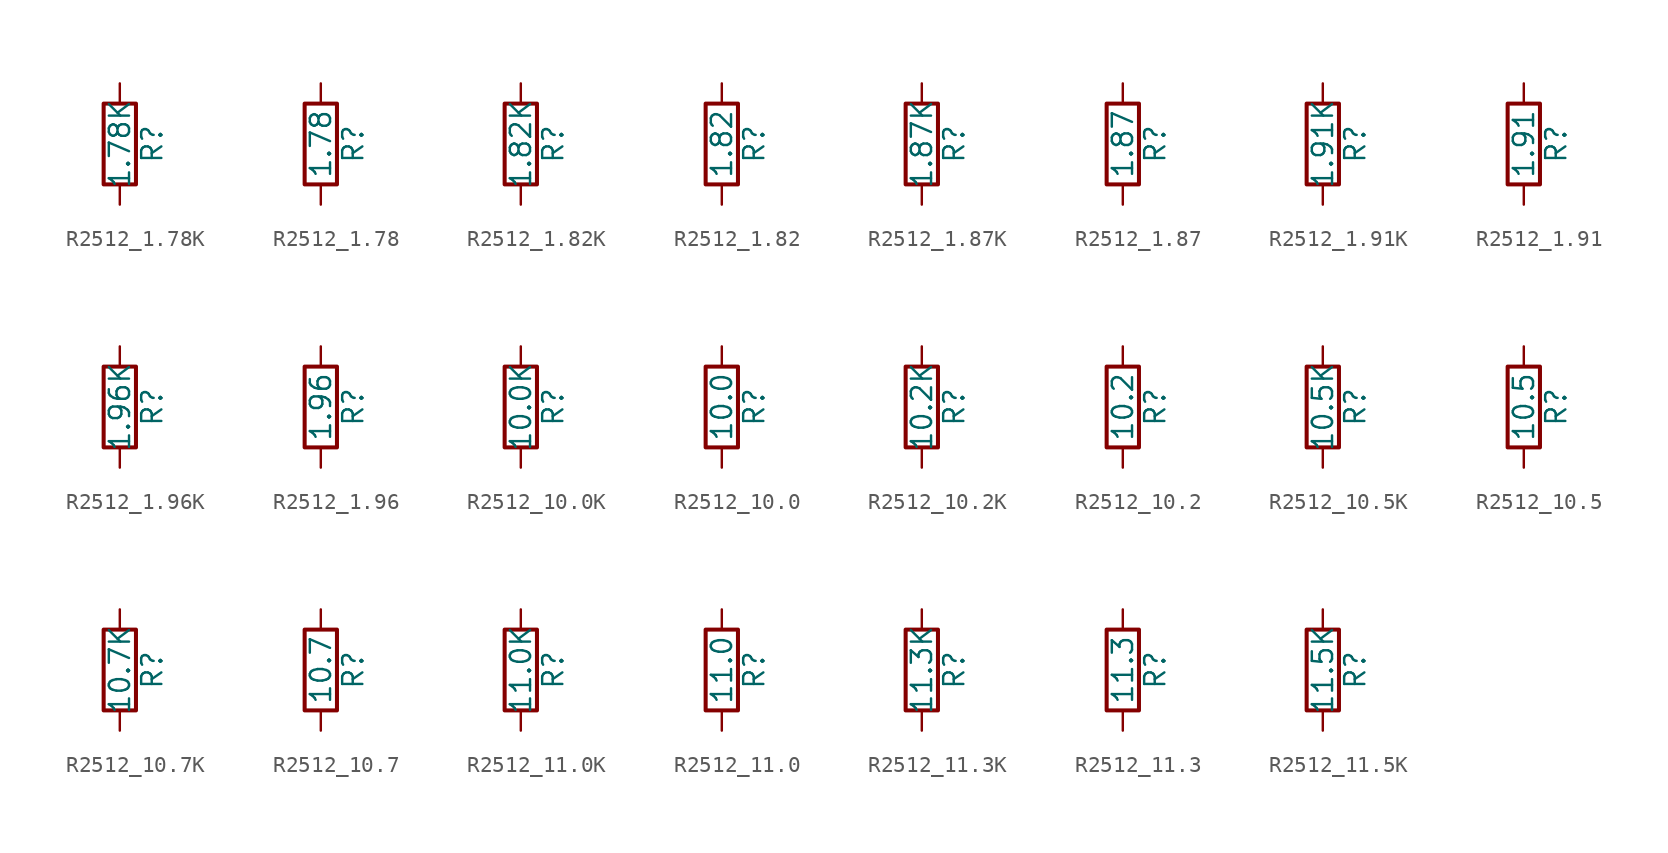
<source format=kicad_sym>
(kicad_symbol_lib
  (version 20211014)
  (generator atlantix-eda)
  (symbol "R2512_1.78K"
    (pin_numbers hide)
    (pin_names
      (offset 0))
    (property "Reference" "R"
      (at 2.032 0 90)
      (effects (font (size 1.27 1.27))))
    (property "Value" "1.78K"
      (at 0 0 90)
      (effects (font (size 1.27 1.27))))
    (symbol "R2512_1.78K_0_1"
      (rectangle (start -1.016 -2.54) (end 1.016 2.54) (stroke (width 0.254) (type default) (color 0 0 0 0)) (fill (type none))))
    (symbol "R2512_1.78K_1_1"
      (pin passive line (at 0 3.81 270) (length 1.27) (name "~" (effects (font (size 1.27 1.27)))) (number "1" (effects (font (size 1.27 1.27)))))
      (pin passive line (at 0 -3.81 90) (length 1.27) (name "~" (effects (font (size 1.27 1.27)))) (number "2" (effects (font (size 1.27 1.27)))))))
  (symbol "R2512_1.78"
    (pin_numbers hide)
    (pin_names
      (offset 0))
    (property "Reference" "R"
      (at 2.032 0 90)
      (effects (font (size 1.27 1.27))))
    (property "Value" "1.78"
      (at 0 0 90)
      (effects (font (size 1.27 1.27))))
    (symbol "R2512_1.78_0_1"
      (rectangle (start -1.016 -2.54) (end 1.016 2.54) (stroke (width 0.254) (type default) (color 0 0 0 0)) (fill (type none))))
    (symbol "R2512_1.78_1_1"
      (pin passive line (at 0 3.81 270) (length 1.27) (name "~" (effects (font (size 1.27 1.27)))) (number "1" (effects (font (size 1.27 1.27)))))
      (pin passive line (at 0 -3.81 90) (length 1.27) (name "~" (effects (font (size 1.27 1.27)))) (number "2" (effects (font (size 1.27 1.27)))))))
  (symbol "R2512_1.82K"
    (pin_numbers hide)
    (pin_names
      (offset 0))
    (property "Reference" "R"
      (at 2.032 0 90)
      (effects (font (size 1.27 1.27))))
    (property "Value" "1.82K"
      (at 0 0 90)
      (effects (font (size 1.27 1.27))))
    (symbol "R2512_1.82K_0_1"
      (rectangle (start -1.016 -2.54) (end 1.016 2.54) (stroke (width 0.254) (type default) (color 0 0 0 0)) (fill (type none))))
    (symbol "R2512_1.82K_1_1"
      (pin passive line (at 0 3.81 270) (length 1.27) (name "~" (effects (font (size 1.27 1.27)))) (number "1" (effects (font (size 1.27 1.27)))))
      (pin passive line (at 0 -3.81 90) (length 1.27) (name "~" (effects (font (size 1.27 1.27)))) (number "2" (effects (font (size 1.27 1.27)))))))
  (symbol "R2512_1.82"
    (pin_numbers hide)
    (pin_names
      (offset 0))
    (property "Reference" "R"
      (at 2.032 0 90)
      (effects (font (size 1.27 1.27))))
    (property "Value" "1.82"
      (at 0 0 90)
      (effects (font (size 1.27 1.27))))
    (symbol "R2512_1.82_0_1"
      (rectangle (start -1.016 -2.54) (end 1.016 2.54) (stroke (width 0.254) (type default) (color 0 0 0 0)) (fill (type none))))
    (symbol "R2512_1.82_1_1"
      (pin passive line (at 0 3.81 270) (length 1.27) (name "~" (effects (font (size 1.27 1.27)))) (number "1" (effects (font (size 1.27 1.27)))))
      (pin passive line (at 0 -3.81 90) (length 1.27) (name "~" (effects (font (size 1.27 1.27)))) (number "2" (effects (font (size 1.27 1.27)))))))
  (symbol "R2512_1.87K"
    (pin_numbers hide)
    (pin_names
      (offset 0))
    (property "Reference" "R"
      (at 2.032 0 90)
      (effects (font (size 1.27 1.27))))
    (property "Value" "1.87K"
      (at 0 0 90)
      (effects (font (size 1.27 1.27))))
    (symbol "R2512_1.87K_0_1"
      (rectangle (start -1.016 -2.54) (end 1.016 2.54) (stroke (width 0.254) (type default) (color 0 0 0 0)) (fill (type none))))
    (symbol "R2512_1.87K_1_1"
      (pin passive line (at 0 3.81 270) (length 1.27) (name "~" (effects (font (size 1.27 1.27)))) (number "1" (effects (font (size 1.27 1.27)))))
      (pin passive line (at 0 -3.81 90) (length 1.27) (name "~" (effects (font (size 1.27 1.27)))) (number "2" (effects (font (size 1.27 1.27)))))))
  (symbol "R2512_1.87"
    (pin_numbers hide)
    (pin_names
      (offset 0))
    (property "Reference" "R"
      (at 2.032 0 90)
      (effects (font (size 1.27 1.27))))
    (property "Value" "1.87"
      (at 0 0 90)
      (effects (font (size 1.27 1.27))))
    (symbol "R2512_1.87_0_1"
      (rectangle (start -1.016 -2.54) (end 1.016 2.54) (stroke (width 0.254) (type default) (color 0 0 0 0)) (fill (type none))))
    (symbol "R2512_1.87_1_1"
      (pin passive line (at 0 3.81 270) (length 1.27) (name "~" (effects (font (size 1.27 1.27)))) (number "1" (effects (font (size 1.27 1.27)))))
      (pin passive line (at 0 -3.81 90) (length 1.27) (name "~" (effects (font (size 1.27 1.27)))) (number "2" (effects (font (size 1.27 1.27)))))))
  (symbol "R2512_1.91K"
    (pin_numbers hide)
    (pin_names
      (offset 0))
    (property "Reference" "R"
      (at 2.032 0 90)
      (effects (font (size 1.27 1.27))))
    (property "Value" "1.91K"
      (at 0 0 90)
      (effects (font (size 1.27 1.27))))
    (symbol "R2512_1.91K_0_1"
      (rectangle (start -1.016 -2.54) (end 1.016 2.54) (stroke (width 0.254) (type default) (color 0 0 0 0)) (fill (type none))))
    (symbol "R2512_1.91K_1_1"
      (pin passive line (at 0 3.81 270) (length 1.27) (name "~" (effects (font (size 1.27 1.27)))) (number "1" (effects (font (size 1.27 1.27)))))
      (pin passive line (at 0 -3.81 90) (length 1.27) (name "~" (effects (font (size 1.27 1.27)))) (number "2" (effects (font (size 1.27 1.27)))))))
  (symbol "R2512_1.91"
    (pin_numbers hide)
    (pin_names
      (offset 0))
    (property "Reference" "R"
      (at 2.032 0 90)
      (effects (font (size 1.27 1.27))))
    (property "Value" "1.91"
      (at 0 0 90)
      (effects (font (size 1.27 1.27))))
    (symbol "R2512_1.91_0_1"
      (rectangle (start -1.016 -2.54) (end 1.016 2.54) (stroke (width 0.254) (type default) (color 0 0 0 0)) (fill (type none))))
    (symbol "R2512_1.91_1_1"
      (pin passive line (at 0 3.81 270) (length 1.27) (name "~" (effects (font (size 1.27 1.27)))) (number "1" (effects (font (size 1.27 1.27)))))
      (pin passive line (at 0 -3.81 90) (length 1.27) (name "~" (effects (font (size 1.27 1.27)))) (number "2" (effects (font (size 1.27 1.27)))))))
  (symbol "R2512_1.96K"
    (pin_numbers hide)
    (pin_names
      (offset 0))
    (property "Reference" "R"
      (at 2.032 0 90)
      (effects (font (size 1.27 1.27))))
    (property "Value" "1.96K"
      (at 0 0 90)
      (effects (font (size 1.27 1.27))))
    (symbol "R2512_1.96K_0_1"
      (rectangle (start -1.016 -2.54) (end 1.016 2.54) (stroke (width 0.254) (type default) (color 0 0 0 0)) (fill (type none))))
    (symbol "R2512_1.96K_1_1"
      (pin passive line (at 0 3.81 270) (length 1.27) (name "~" (effects (font (size 1.27 1.27)))) (number "1" (effects (font (size 1.27 1.27)))))
      (pin passive line (at 0 -3.81 90) (length 1.27) (name "~" (effects (font (size 1.27 1.27)))) (number "2" (effects (font (size 1.27 1.27)))))))
  (symbol "R2512_1.96"
    (pin_numbers hide)
    (pin_names
      (offset 0))
    (property "Reference" "R"
      (at 2.032 0 90)
      (effects (font (size 1.27 1.27))))
    (property "Value" "1.96"
      (at 0 0 90)
      (effects (font (size 1.27 1.27))))
    (symbol "R2512_1.96_0_1"
      (rectangle (start -1.016 -2.54) (end 1.016 2.54) (stroke (width 0.254) (type default) (color 0 0 0 0)) (fill (type none))))
    (symbol "R2512_1.96_1_1"
      (pin passive line (at 0 3.81 270) (length 1.27) (name "~" (effects (font (size 1.27 1.27)))) (number "1" (effects (font (size 1.27 1.27)))))
      (pin passive line (at 0 -3.81 90) (length 1.27) (name "~" (effects (font (size 1.27 1.27)))) (number "2" (effects (font (size 1.27 1.27)))))))
  (symbol "R2512_10.0K"
    (pin_numbers hide)
    (pin_names
      (offset 0))
    (property "Reference" "R"
      (at 2.032 0 90)
      (effects (font (size 1.27 1.27))))
    (property "Value" "10.0K"
      (at 0 0 90)
      (effects (font (size 1.27 1.27))))
    (symbol "R2512_10.0K_0_1"
      (rectangle (start -1.016 -2.54) (end 1.016 2.54) (stroke (width 0.254) (type default) (color 0 0 0 0)) (fill (type none))))
    (symbol "R2512_10.0K_1_1"
      (pin passive line (at 0 3.81 270) (length 1.27) (name "~" (effects (font (size 1.27 1.27)))) (number "1" (effects (font (size 1.27 1.27)))))
      (pin passive line (at 0 -3.81 90) (length 1.27) (name "~" (effects (font (size 1.27 1.27)))) (number "2" (effects (font (size 1.27 1.27)))))))
  (symbol "R2512_10.0"
    (pin_numbers hide)
    (pin_names
      (offset 0))
    (property "Reference" "R"
      (at 2.032 0 90)
      (effects (font (size 1.27 1.27))))
    (property "Value" "10.0"
      (at 0 0 90)
      (effects (font (size 1.27 1.27))))
    (symbol "R2512_10.0_0_1"
      (rectangle (start -1.016 -2.54) (end 1.016 2.54) (stroke (width 0.254) (type default) (color 0 0 0 0)) (fill (type none))))
    (symbol "R2512_10.0_1_1"
      (pin passive line (at 0 3.81 270) (length 1.27) (name "~" (effects (font (size 1.27 1.27)))) (number "1" (effects (font (size 1.27 1.27)))))
      (pin passive line (at 0 -3.81 90) (length 1.27) (name "~" (effects (font (size 1.27 1.27)))) (number "2" (effects (font (size 1.27 1.27)))))))
  (symbol "R2512_10.2K"
    (pin_numbers hide)
    (pin_names
      (offset 0))
    (property "Reference" "R"
      (at 2.032 0 90)
      (effects (font (size 1.27 1.27))))
    (property "Value" "10.2K"
      (at 0 0 90)
      (effects (font (size 1.27 1.27))))
    (symbol "R2512_10.2K_0_1"
      (rectangle (start -1.016 -2.54) (end 1.016 2.54) (stroke (width 0.254) (type default) (color 0 0 0 0)) (fill (type none))))
    (symbol "R2512_10.2K_1_1"
      (pin passive line (at 0 3.81 270) (length 1.27) (name "~" (effects (font (size 1.27 1.27)))) (number "1" (effects (font (size 1.27 1.27)))))
      (pin passive line (at 0 -3.81 90) (length 1.27) (name "~" (effects (font (size 1.27 1.27)))) (number "2" (effects (font (size 1.27 1.27)))))))
  (symbol "R2512_10.2"
    (pin_numbers hide)
    (pin_names
      (offset 0))
    (property "Reference" "R"
      (at 2.032 0 90)
      (effects (font (size 1.27 1.27))))
    (property "Value" "10.2"
      (at 0 0 90)
      (effects (font (size 1.27 1.27))))
    (symbol "R2512_10.2_0_1"
      (rectangle (start -1.016 -2.54) (end 1.016 2.54) (stroke (width 0.254) (type default) (color 0 0 0 0)) (fill (type none))))
    (symbol "R2512_10.2_1_1"
      (pin passive line (at 0 3.81 270) (length 1.27) (name "~" (effects (font (size 1.27 1.27)))) (number "1" (effects (font (size 1.27 1.27)))))
      (pin passive line (at 0 -3.81 90) (length 1.27) (name "~" (effects (font (size 1.27 1.27)))) (number "2" (effects (font (size 1.27 1.27)))))))
  (symbol "R2512_10.5K"
    (pin_numbers hide)
    (pin_names
      (offset 0))
    (property "Reference" "R"
      (at 2.032 0 90)
      (effects (font (size 1.27 1.27))))
    (property "Value" "10.5K"
      (at 0 0 90)
      (effects (font (size 1.27 1.27))))
    (symbol "R2512_10.5K_0_1"
      (rectangle (start -1.016 -2.54) (end 1.016 2.54) (stroke (width 0.254) (type default) (color 0 0 0 0)) (fill (type none))))
    (symbol "R2512_10.5K_1_1"
      (pin passive line (at 0 3.81 270) (length 1.27) (name "~" (effects (font (size 1.27 1.27)))) (number "1" (effects (font (size 1.27 1.27)))))
      (pin passive line (at 0 -3.81 90) (length 1.27) (name "~" (effects (font (size 1.27 1.27)))) (number "2" (effects (font (size 1.27 1.27)))))))
  (symbol "R2512_10.5"
    (pin_numbers hide)
    (pin_names
      (offset 0))
    (property "Reference" "R"
      (at 2.032 0 90)
      (effects (font (size 1.27 1.27))))
    (property "Value" "10.5"
      (at 0 0 90)
      (effects (font (size 1.27 1.27))))
    (symbol "R2512_10.5_0_1"
      (rectangle (start -1.016 -2.54) (end 1.016 2.54) (stroke (width 0.254) (type default) (color 0 0 0 0)) (fill (type none))))
    (symbol "R2512_10.5_1_1"
      (pin passive line (at 0 3.81 270) (length 1.27) (name "~" (effects (font (size 1.27 1.27)))) (number "1" (effects (font (size 1.27 1.27)))))
      (pin passive line (at 0 -3.81 90) (length 1.27) (name "~" (effects (font (size 1.27 1.27)))) (number "2" (effects (font (size 1.27 1.27)))))))
  (symbol "R2512_10.7K"
    (pin_numbers hide)
    (pin_names
      (offset 0))
    (property "Reference" "R"
      (at 2.032 0 90)
      (effects (font (size 1.27 1.27))))
    (property "Value" "10.7K"
      (at 0 0 90)
      (effects (font (size 1.27 1.27))))
    (symbol "R2512_10.7K_0_1"
      (rectangle (start -1.016 -2.54) (end 1.016 2.54) (stroke (width 0.254) (type default) (color 0 0 0 0)) (fill (type none))))
    (symbol "R2512_10.7K_1_1"
      (pin passive line (at 0 3.81 270) (length 1.27) (name "~" (effects (font (size 1.27 1.27)))) (number "1" (effects (font (size 1.27 1.27)))))
      (pin passive line (at 0 -3.81 90) (length 1.27) (name "~" (effects (font (size 1.27 1.27)))) (number "2" (effects (font (size 1.27 1.27)))))))
  (symbol "R2512_10.7"
    (pin_numbers hide)
    (pin_names
      (offset 0))
    (property "Reference" "R"
      (at 2.032 0 90)
      (effects (font (size 1.27 1.27))))
    (property "Value" "10.7"
      (at 0 0 90)
      (effects (font (size 1.27 1.27))))
    (symbol "R2512_10.7_0_1"
      (rectangle (start -1.016 -2.54) (end 1.016 2.54) (stroke (width 0.254) (type default) (color 0 0 0 0)) (fill (type none))))
    (symbol "R2512_10.7_1_1"
      (pin passive line (at 0 3.81 270) (length 1.27) (name "~" (effects (font (size 1.27 1.27)))) (number "1" (effects (font (size 1.27 1.27)))))
      (pin passive line (at 0 -3.81 90) (length 1.27) (name "~" (effects (font (size 1.27 1.27)))) (number "2" (effects (font (size 1.27 1.27)))))))
  (symbol "R2512_11.0K"
    (pin_numbers hide)
    (pin_names
      (offset 0))
    (property "Reference" "R"
      (at 2.032 0 90)
      (effects (font (size 1.27 1.27))))
    (property "Value" "11.0K"
      (at 0 0 90)
      (effects (font (size 1.27 1.27))))
    (symbol "R2512_11.0K_0_1"
      (rectangle (start -1.016 -2.54) (end 1.016 2.54) (stroke (width 0.254) (type default) (color 0 0 0 0)) (fill (type none))))
    (symbol "R2512_11.0K_1_1"
      (pin passive line (at 0 3.81 270) (length 1.27) (name "~" (effects (font (size 1.27 1.27)))) (number "1" (effects (font (size 1.27 1.27)))))
      (pin passive line (at 0 -3.81 90) (length 1.27) (name "~" (effects (font (size 1.27 1.27)))) (number "2" (effects (font (size 1.27 1.27)))))))
  (symbol "R2512_11.0"
    (pin_numbers hide)
    (pin_names
      (offset 0))
    (property "Reference" "R"
      (at 2.032 0 90)
      (effects (font (size 1.27 1.27))))
    (property "Value" "11.0"
      (at 0 0 90)
      (effects (font (size 1.27 1.27))))
    (symbol "R2512_11.0_0_1"
      (rectangle (start -1.016 -2.54) (end 1.016 2.54) (stroke (width 0.254) (type default) (color 0 0 0 0)) (fill (type none))))
    (symbol "R2512_11.0_1_1"
      (pin passive line (at 0 3.81 270) (length 1.27) (name "~" (effects (font (size 1.27 1.27)))) (number "1" (effects (font (size 1.27 1.27)))))
      (pin passive line (at 0 -3.81 90) (length 1.27) (name "~" (effects (font (size 1.27 1.27)))) (number "2" (effects (font (size 1.27 1.27)))))))
  (symbol "R2512_11.3K"
    (pin_numbers hide)
    (pin_names
      (offset 0))
    (property "Reference" "R"
      (at 2.032 0 90)
      (effects (font (size 1.27 1.27))))
    (property "Value" "11.3K"
      (at 0 0 90)
      (effects (font (size 1.27 1.27))))
    (symbol "R2512_11.3K_0_1"
      (rectangle (start -1.016 -2.54) (end 1.016 2.54) (stroke (width 0.254) (type default) (color 0 0 0 0)) (fill (type none))))
    (symbol "R2512_11.3K_1_1"
      (pin passive line (at 0 3.81 270) (length 1.27) (name "~" (effects (font (size 1.27 1.27)))) (number "1" (effects (font (size 1.27 1.27)))))
      (pin passive line (at 0 -3.81 90) (length 1.27) (name "~" (effects (font (size 1.27 1.27)))) (number "2" (effects (font (size 1.27 1.27)))))))
  (symbol "R2512_11.3"
    (pin_numbers hide)
    (pin_names
      (offset 0))
    (property "Reference" "R"
      (at 2.032 0 90)
      (effects (font (size 1.27 1.27))))
    (property "Value" "11.3"
      (at 0 0 90)
      (effects (font (size 1.27 1.27))))
    (symbol "R2512_11.3_0_1"
      (rectangle (start -1.016 -2.54) (end 1.016 2.54) (stroke (width 0.254) (type default) (color 0 0 0 0)) (fill (type none))))
    (symbol "R2512_11.3_1_1"
      (pin passive line (at 0 3.81 270) (length 1.27) (name "~" (effects (font (size 1.27 1.27)))) (number "1" (effects (font (size 1.27 1.27)))))
      (pin passive line (at 0 -3.81 90) (length 1.27) (name "~" (effects (font (size 1.27 1.27)))) (number "2" (effects (font (size 1.27 1.27)))))))
  (symbol "R2512_11.5K"
    (pin_numbers hide)
    (pin_names
      (offset 0))
    (property "Reference" "R"
      (at 2.032 0 90)
      (effects (font (size 1.27 1.27))))
    (property "Value" "11.5K"
      (at 0 0 90)
      (effects (font (size 1.27 1.27))))
    (symbol "R2512_11.5K_0_1"
      (rectangle (start -1.016 -2.54) (end 1.016 2.54) (stroke (width 0.254) (type default) (color 0 0 0 0)) (fill (type none))))
    (symbol "R2512_11.5K_1_1"
      (pin passive line (at 0 3.81 270) (length 1.27) (name "~" (effects (font (size 1.27 1.27)))) (number "1" (effects (font (size 1.27 1.27)))))
      (pin passive line (at 0 -3.81 90) (length 1.27) (name "~" (effects (font (size 1.27 1.27)))) (number "2" (effects (font (size 1.27 1.27))))))))
</source>
